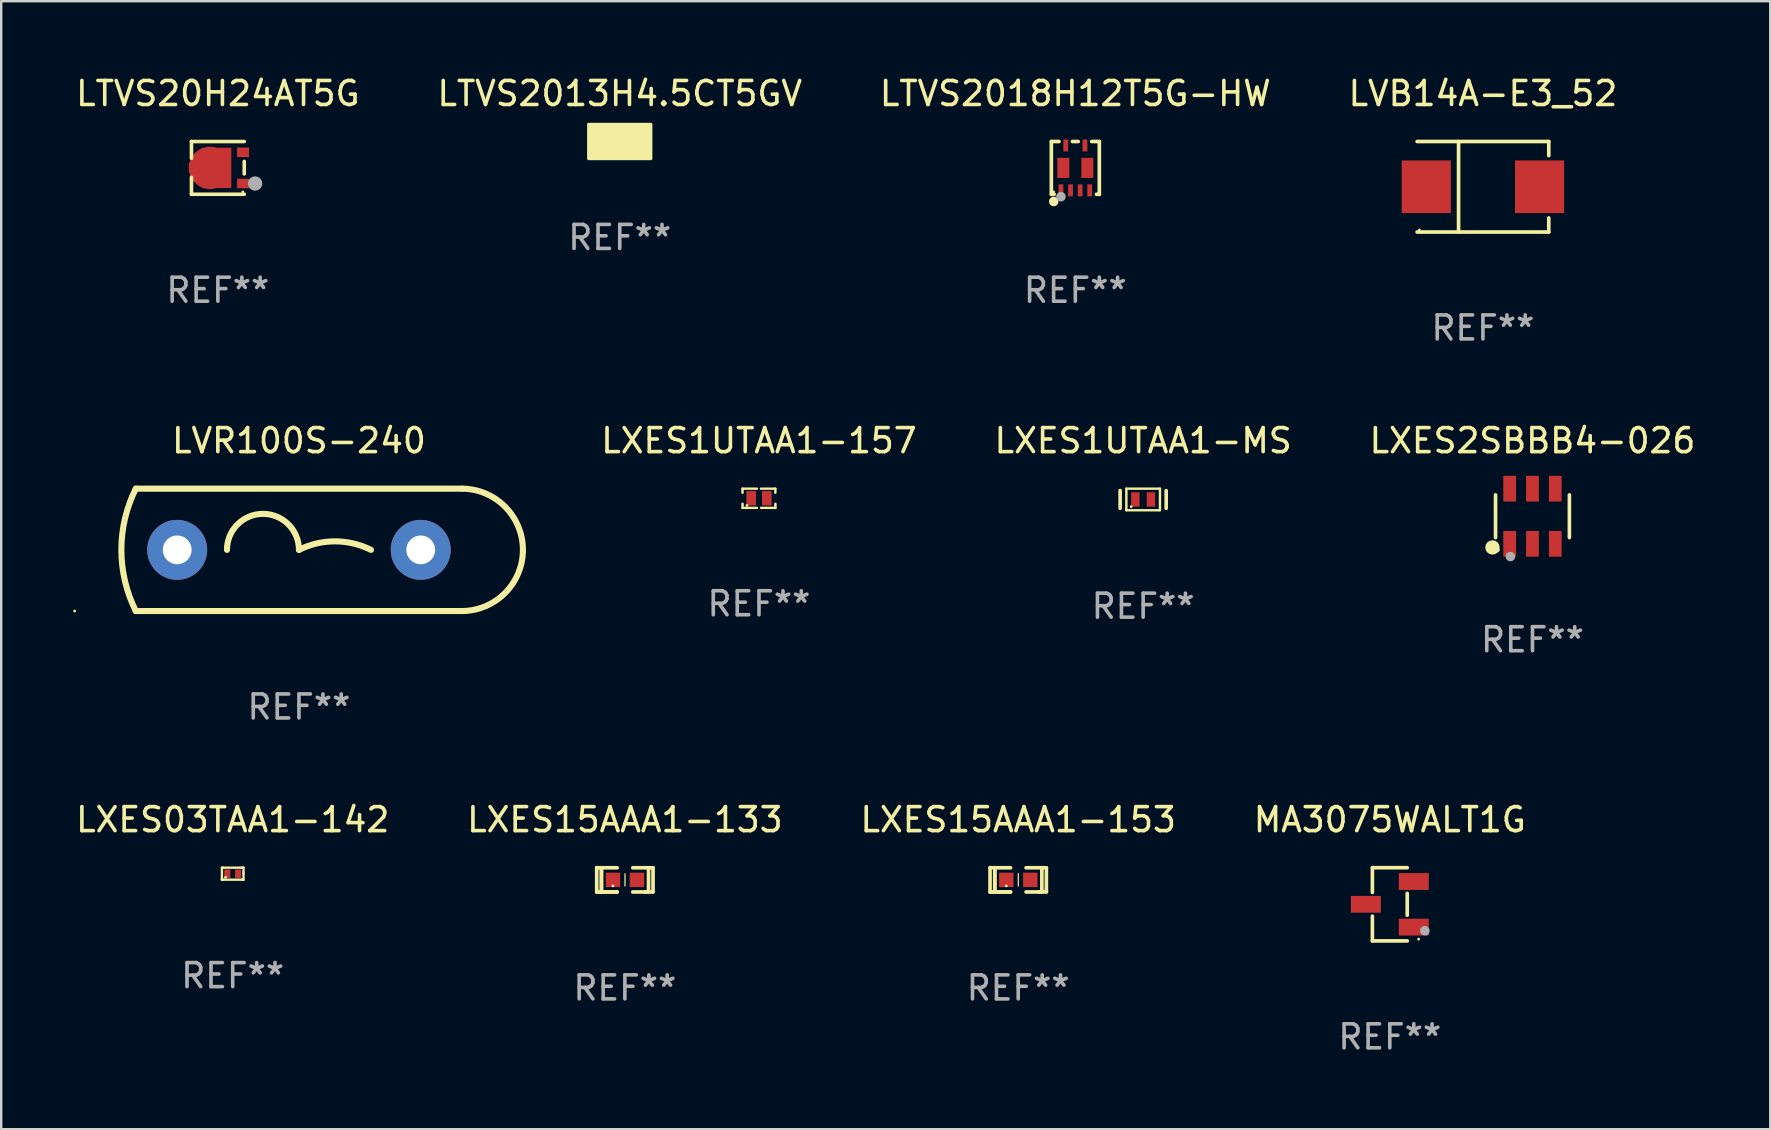
<source format=kicad_pcb>
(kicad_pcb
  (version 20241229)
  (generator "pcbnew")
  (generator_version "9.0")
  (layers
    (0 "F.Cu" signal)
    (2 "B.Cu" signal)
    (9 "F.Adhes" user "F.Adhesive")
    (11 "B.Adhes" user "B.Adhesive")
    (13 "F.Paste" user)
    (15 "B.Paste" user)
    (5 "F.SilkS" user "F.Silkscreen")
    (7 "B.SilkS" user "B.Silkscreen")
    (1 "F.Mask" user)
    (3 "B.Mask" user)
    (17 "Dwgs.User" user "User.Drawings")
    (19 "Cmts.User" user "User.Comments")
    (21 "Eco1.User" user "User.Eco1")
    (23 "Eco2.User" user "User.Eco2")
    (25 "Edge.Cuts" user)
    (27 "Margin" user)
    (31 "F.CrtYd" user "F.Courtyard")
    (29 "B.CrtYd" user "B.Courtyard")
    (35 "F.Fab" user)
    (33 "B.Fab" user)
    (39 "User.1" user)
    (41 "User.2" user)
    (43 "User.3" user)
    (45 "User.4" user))
  (footprint "LTVS20H24AT5G"
    (layer "F.Cu")
    (at 6.03 3.948)
    (property "Reference" "LTVS20H24AT5G" (at 0 -3.1 0) (layer "F.SilkS") (effects (font (size 1 1) (thickness 0.15))))
    (attr through_hole)
    (fp_line (start -1.1 -1.1) (end -1.1 -0.4) (stroke (width 0.15) (type solid)) (layer "F.SilkS"))
    (fp_line (start -1.1 -1.1) (end 1.1 -1.1) (stroke (width 0.15) (type solid)) (layer "F.SilkS"))
    (fp_line (start -1.1 1.1) (end -1.1 0.39) (stroke (width 0.15) (type solid)) (layer "F.SilkS"))
    (fp_line (start 1.1 -0.27) (end 1.1 0.25) (stroke (width 0.15) (type solid)) (layer "F.SilkS"))
    (fp_line (start 1.1 1.1) (end -1.1 1.1) (stroke (width 0.15) (type solid)) (layer "F.SilkS"))
    (fp_circle (center 1.042 1) (end 1.072 1) (stroke (width 0.06) (type solid)) (fill no) (layer "F.SilkS"))
    (fp_circle (center 1.552 0.65) (end 1.703 0.65) (stroke (width 0.3) (type solid)) (fill no) (layer "F.Fab"))
    (fp_text user "REF**" (at 0 5.1 0) (layer "F.Fab") (effects (font (size 1 1) (thickness 0.15))))
    (pad "1" smd rect (at 1.05 0.65) (size 0.5 0.4) (layers "F.Cu" "F.Mask" "F.Paste"))
    (pad "2" smd rect (at 1.05 -0.65) (size 0.5 0.4) (layers "F.Cu" "F.Mask" "F.Paste"))
    (pad "3" smd custom (at -0.325 0) (size 1.77 1.68) (layers "F.Cu" "F.Mask" "F.Paste") (options (anchor circle)) (primitives (gr_poly (pts (xy -0.885 -0.21) (xy -0.345 -0.21) (xy -0.345 -0.84) (xy 0.885 -0.84) (xy 0.885 0.84) (xy -0.345 0.84) (xy -0.345 0.2) (xy -0.885 0.2) (xy -0.885 -0.21)) (width 0) (fill yes)))))
  (footprint "LXES2SBBB4-026"
    (layer "F.Cu")
    (at 60.821 18.466)
    (property "Reference" "LXES2SBBB4-026" (at 0 -3.149 0) (layer "F.SilkS") (effects (font (size 1 1) (thickness 0.15))))
    (attr through_hole)
    (fp_line (start -1.539 0.889) (end -1.539 -0.889) (stroke (width 0.152) (type solid)) (layer "F.SilkS"))
    (fp_line (start 1.539 0.889) (end 1.539 -0.889) (stroke (width 0.152) (type solid)) (layer "F.SilkS"))
    (fp_circle (center -1.668 1.301) (end -1.518 1.301) (stroke (width 0.3) (type solid)) (fill no) (layer "F.SilkS"))
    (fp_circle (center -1.463 1.4) (end -1.413 1.4) (stroke (width 0.1) (type solid)) (fill no) (layer "F.SilkS"))
    (fp_circle (center -0.92 1.68) (end -0.82 1.68) (stroke (width 0.2) (type solid)) (fill no) (layer "F.Fab"))
    (fp_text user "REF**" (at 0 5.149 0) (layer "F.Fab") (effects (font (size 1 1) (thickness 0.15))))
    (pad "1" smd rect (at -0.95 1.149) (size 0.532 1.072) (layers "F.Cu" "F.Mask" "F.Paste"))
    (pad "2" smd rect (at 0 1.149) (size 0.532 1.072) (layers "F.Cu" "F.Mask" "F.Paste"))
    (pad "3" smd rect (at 0.95 1.149) (size 0.532 1.072) (layers "F.Cu" "F.Mask" "F.Paste"))
    (pad "4" smd rect (at 0.95 -1.149) (size 0.532 1.072) (layers "F.Cu" "F.Mask" "F.Paste"))
    (pad "5" smd rect (at 0 -1.149) (size 0.532 1.072) (layers "F.Cu" "F.Mask" "F.Paste"))
    (pad "6" smd rect (at -0.95 -1.149) (size 0.532 1.072) (layers "F.Cu" "F.Mask" "F.Paste")))
  (footprint "LTVS2013H4.5CT5GV"
    (layer "F.Cu")
    (at 22.78 2.848)
    (property "Reference" "LTVS2013H4.5CT5GV" (at 0 -2 0) (layer "F.SilkS") (effects (font (size 1 1) (thickness 0.15))))
    (attr through_hole)
    (fp_circle (center -1 -0.65) (end -0.97 -0.65) (stroke (width 0.06) (type solid)) (fill no) (layer "F.SilkS"))
    (fp_poly (pts (xy -1.3 -0.72) (xy 1.3 -0.72) (xy 1.3 0.72) (xy -1.3 0.72)) (stroke (width 0.12) (type solid)) (fill yes) (layer "F.SilkS"))
    (fp_text user "REF**" (at 0 4 0) (layer "F.Fab") (effects (font (size 1 1) (thickness 0.15))))
    (pad "1" smd rect (at -0.775 0) (size 0.7 1.1) (layers "F.Cu" "F.Mask" "F.Paste"))
    (pad "2" smd rect (at 0.775 0) (size 0.7 1.1) (layers "F.Cu" "F.Mask" "F.Paste")))
  (footprint "LXES03TAA1-142"
    (layer "F.Cu")
    (at 6.649 33.364)
    (property "Reference" "LXES03TAA1-142" (at 0 -2.25 0) (layer "F.SilkS") (effects (font (size 1 1) (thickness 0.15))))
    (attr through_hole)
    (fp_line (start -0.45 -0.25) (end -0.45 0.25) (stroke (width 0.1) (type solid)) (layer "F.SilkS"))
    (fp_line (start -0.45 0.25) (end -0.45 0.25) (stroke (width 0.1) (type solid)) (layer "F.SilkS"))
    (fp_line (start -0.4 -0.25) (end -0.45 -0.25) (stroke (width 0.1) (type solid)) (layer "F.SilkS"))
    (fp_line (start -0.4 -0.25) (end 0.4 -0.25) (stroke (width 0.1) (type solid)) (layer "F.SilkS"))
    (fp_line (start -0.4 0.25) (end -0.45 0.25) (stroke (width 0.1) (type solid)) (layer "F.SilkS"))
    (fp_line (start -0.4 0.25) (end 0.4 0.25) (stroke (width 0.1) (type solid)) (layer "F.SilkS"))
    (fp_line (start 0.4 -0.25) (end 0.45 -0.25) (stroke (width 0.1) (type solid)) (layer "F.SilkS"))
    (fp_line (start 0.4 0.25) (end 0.4 0.25) (stroke (width 0.1) (type solid)) (layer "F.SilkS"))
    (fp_line (start 0.45 -0.25) (end 0.45 -0.018) (stroke (width 0.1) (type solid)) (layer "F.SilkS"))
    (fp_line (start 0.45 -0.018) (end 0.45 0.25) (stroke (width 0.1) (type solid)) (layer "F.SilkS"))
    (fp_line (start 0.45 0.25) (end 0.4 0.25) (stroke (width 0.1) (type solid)) (layer "F.SilkS"))
    (fp_circle (center -0.3 0.15) (end -0.27 0.15) (stroke (width 0.06) (type solid)) (fill no) (layer "F.SilkS"))
    (fp_text user "REF**" (at 0 4.25 0) (layer "F.Fab") (effects (font (size 1 1) (thickness 0.15))))
    (pad "1" smd rect (at -0.225 0) (size 0.25 0.35) (layers "F.Cu" "F.Mask" "F.Paste"))
    (pad "2" smd rect (at 0.225 0) (size 0.25 0.35) (layers "F.Cu" "F.Mask" "F.Paste")))
  (footprint "LXES15AAA1-153"
    (layer "F.Cu")
    (at 39.387 33.62)
    (property "Reference" "LXES15AAA1-153" (at 0 -2.506 0) (layer "F.SilkS") (effects (font (size 1 1) (thickness 0.15))))
    (attr through_hole)
    (fp_line (start -1.174 -0.506) (end -0.977 -0.502) (stroke (width 0.152) (type solid)) (layer "F.SilkS"))
    (fp_line (start -1.174 0.506) (end -1.174 -0.506) (stroke (width 0.152) (type solid)) (layer "F.SilkS"))
    (fp_line (start -0.977 -0.502) (end -0.977 0.506) (stroke (width 0.152) (type solid)) (layer "F.SilkS"))
    (fp_line (start -0.977 -0.502) (end -0.977 0.506) (stroke (width 0.152) (type solid)) (layer "F.SilkS"))
    (fp_line (start -0.977 0.506) (end -1.166 0.506) (stroke (width 0.152) (type solid)) (layer "F.SilkS"))
    (fp_line (start -0.977 0.506) (end -0.32 0.506) (stroke (width 0.152) (type solid)) (layer "F.SilkS"))
    (fp_line (start -0.977 0.506) (end -0.32 0.506) (stroke (width 0.152) (type solid)) (layer "F.SilkS"))
    (fp_line (start -0.971 0.506) (end -1.174 0.506) (stroke (width 0.152) (type solid)) (layer "F.SilkS"))
    (fp_line (start -0.32 -0.502) (end -0.977 -0.502) (stroke (width 0.152) (type solid)) (layer "F.SilkS"))
    (fp_line (start 0.004 -0.252) (end 0.004 0.256) (stroke (width 0.051) (type solid)) (layer "F.SilkS"))
    (fp_line (start 0.328 0.506) (end 0.985 0.506) (stroke (width 0.152) (type solid)) (layer "F.SilkS"))
    (fp_line (start 0.985 -0.502) (end 0.328 -0.502) (stroke (width 0.152) (type solid)) (layer "F.SilkS"))
    (fp_line (start 0.985 -0.502) (end 1.174 -0.502) (stroke (width 0.152) (type solid)) (layer "F.SilkS"))
    (fp_line (start 0.985 0.506) (end 0.985 -0.502) (stroke (width 0.152) (type solid)) (layer "F.SilkS"))
    (fp_line (start 1.174 -0.502) (end 1.174 0.502) (stroke (width 0.152) (type solid)) (layer "F.SilkS"))
    (fp_line (start 1.174 0.502) (end 0.851 0.502) (stroke (width 0.152) (type solid)) (layer "F.SilkS"))
    (fp_circle (center -0.497 0.253) (end -0.467 0.253) (stroke (width 0.06) (type solid)) (fill no) (layer "F.SilkS"))
    (fp_text user "REF**" (at 0 4.506 0) (layer "F.Fab") (effects (font (size 1 1) (thickness 0.15))))
    (pad "1" smd rect (at -0.496 0.002) (size 0.6 0.6) (layers "F.Cu" "F.Mask" "F.Paste"))
    (pad "2" smd rect (at 0.504 0.002) (size 0.6 0.6) (layers "F.Cu" "F.Mask" "F.Paste")))
  (footprint "LVR100S-240"
    (layer "F.Cu")
    (at 9.41 19.867)
    (property "Reference" "LVR100S-240" (at 0 -4.55 0) (layer "F.SilkS") (effects (font (size 1 1) (thickness 0.15))))
    (attr through_hole)
    (fp_line (start -6.8 -2.55) (end 6.8 -2.55) (stroke (width 0.254) (type solid)) (layer "F.SilkS"))
    (fp_line (start 6.8 2.55) (end -6.8 2.55) (stroke (width 0.254) (type solid)) (layer "F.SilkS"))
    (fp_arc (start -6.799352 2.550191) (mid -7.40152 0.000162) (end -6.79986 -2.549987) (stroke (width 0.254001) (type solid)) (layer "F.SilkS"))
    (fp_arc (start -2.999835 0.000203) (mid -1.499924 -1.499797) (end 0.000165 0.000025) (stroke (width 0.254001) (type solid)) (layer "F.SilkS"))
    (fp_arc (start -0.000089 0.000025) (mid 1.499887 -0.354211) (end 2.999911 -0.000178) (stroke (width 0.254001) (type solid)) (layer "F.SilkS"))
    (fp_arc (start 6.799835 -2.550139) (mid 9.349898 -0.000088) (end 6.79986 2.549987) (stroke (width 0.254001) (type solid)) (layer "F.SilkS"))
    (fp_circle (center -9.35 2.55) (end -9.32 2.55) (stroke (width 0.06) (type solid)) (fill no) (layer "F.SilkS"))
    (fp_text user "REF**" (at 0 6.55 0) (layer "F.Fab") (effects (font (size 1 1) (thickness 0.15))))
    (pad "1" thru_hole circle (at -5.075 0.000025) (size 2.5 2.5) (drill 1.2) (layers "*.Cu" "*.Mask"))
    (pad "2" thru_hole circle (at 5.075 0.000025) (size 2.5 2.5) (drill 1.2) (layers "*.Cu" "*.Mask")))
  (footprint "LXES15AAA1-133"
    (layer "F.Cu")
    (at 22.994 33.62)
    (property "Reference" "LXES15AAA1-133" (at 0 -2.506 0) (layer "F.SilkS") (effects (font (size 1 1) (thickness 0.15))))
    (attr through_hole)
    (fp_line (start -1.174 -0.506) (end -0.977 -0.502) (stroke (width 0.152) (type solid)) (layer "F.SilkS"))
    (fp_line (start -1.174 0.506) (end -1.174 -0.506) (stroke (width 0.152) (type solid)) (layer "F.SilkS"))
    (fp_line (start -0.977 -0.502) (end -0.977 0.506) (stroke (width 0.152) (type solid)) (layer "F.SilkS"))
    (fp_line (start -0.977 -0.502) (end -0.977 0.506) (stroke (width 0.152) (type solid)) (layer "F.SilkS"))
    (fp_line (start -0.977 0.506) (end -1.166 0.506) (stroke (width 0.152) (type solid)) (layer "F.SilkS"))
    (fp_line (start -0.977 0.506) (end -0.32 0.506) (stroke (width 0.152) (type solid)) (layer "F.SilkS"))
    (fp_line (start -0.977 0.506) (end -0.32 0.506) (stroke (width 0.152) (type solid)) (layer "F.SilkS"))
    (fp_line (start -0.971 0.506) (end -1.174 0.506) (stroke (width 0.152) (type solid)) (layer "F.SilkS"))
    (fp_line (start -0.32 -0.502) (end -0.977 -0.502) (stroke (width 0.152) (type solid)) (layer "F.SilkS"))
    (fp_line (start 0.004 -0.252) (end 0.004 0.256) (stroke (width 0.051) (type solid)) (layer "F.SilkS"))
    (fp_line (start 0.328 0.506) (end 0.985 0.506) (stroke (width 0.152) (type solid)) (layer "F.SilkS"))
    (fp_line (start 0.985 -0.502) (end 0.328 -0.502) (stroke (width 0.152) (type solid)) (layer "F.SilkS"))
    (fp_line (start 0.985 -0.502) (end 1.174 -0.502) (stroke (width 0.152) (type solid)) (layer "F.SilkS"))
    (fp_line (start 0.985 0.506) (end 0.985 -0.502) (stroke (width 0.152) (type solid)) (layer "F.SilkS"))
    (fp_line (start 1.174 -0.502) (end 1.174 0.502) (stroke (width 0.152) (type solid)) (layer "F.SilkS"))
    (fp_line (start 1.174 0.502) (end 0.851 0.502) (stroke (width 0.152) (type solid)) (layer "F.SilkS"))
    (fp_circle (center -0.497 0.253) (end -0.467 0.253) (stroke (width 0.06) (type solid)) (fill no) (layer "F.SilkS"))
    (fp_text user "REF**" (at 0 4.506 0) (layer "F.Fab") (effects (font (size 1 1) (thickness 0.15))))
    (pad "1" smd rect (at -0.496 0.002) (size 0.6 0.6) (layers "F.Cu" "F.Mask" "F.Paste"))
    (pad "2" smd rect (at 0.504 0.002) (size 0.6 0.6) (layers "F.Cu" "F.Mask" "F.Paste")))
  (footprint "MA3075WALT1G"
    (layer "F.Cu")
    (at 54.875 34.64)
    (property "Reference" "MA3075WALT1G" (at 0 -3.526 0) (layer "F.SilkS") (effects (font (size 1 1) (thickness 0.15))))
    (attr through_hole)
    (fp_line (start -0.726 -1.526) (end -0.726 -0.495) (stroke (width 0.152) (type solid)) (layer "F.SilkS"))
    (fp_line (start -0.726 1.526) (end -0.726 0.495) (stroke (width 0.152) (type solid)) (layer "F.SilkS"))
    (fp_line (start 0.726 -1.526) (end -0.726 -1.526) (stroke (width 0.152) (type solid)) (layer "F.SilkS"))
    (fp_line (start 0.726 -0.455) (end 0.726 0.455) (stroke (width 0.152) (type solid)) (layer "F.SilkS"))
    (fp_line (start 0.726 1.526) (end -0.726 1.526) (stroke (width 0.152) (type solid)) (layer "F.SilkS"))
    (fp_circle (center 1.2 1.45) (end 1.23 1.45) (stroke (width 0.06) (type solid)) (fill no) (layer "F.SilkS"))
    (fp_circle (center 1.46 1.1) (end 1.56 1.1) (stroke (width 0.2) (type solid)) (fill no) (layer "F.Fab"))
    (fp_text user "REF**" (at 0 5.526 0) (layer "F.Fab") (effects (font (size 1 1) (thickness 0.15))))
    (pad "1" smd rect (at 1 0.95) (size 1.25 0.7) (layers "F.Cu" "F.Mask" "F.Paste"))
    (pad "2" smd rect (at 1 -0.95) (size 1.25 0.7) (layers "F.Cu" "F.Mask" "F.Paste"))
    (pad "3" smd rect (at -1 0) (size 1.25 0.7) (layers "F.Cu" "F.Mask" "F.Paste")))
  (footprint "LXES1UTAA1-MS"
    (layer "F.Cu")
    (at 44.595 17.767)
    (property "Reference" "LXES1UTAA1-MS" (at 0 -2.45 0) (layer "F.SilkS") (effects (font (size 1 1) (thickness 0.15))))
    (attr through_hole)
    (fp_line (start -0.96 0.37) (end -0.96 -0.37) (stroke (width 0.15) (type solid)) (layer "F.SilkS"))
    (fp_line (start -0.7 -0.45) (end -0.7 0.45) (stroke (width 0.1) (type solid)) (layer "F.SilkS"))
    (fp_line (start -0.7 -0.45) (end 0.7 -0.45) (stroke (width 0.1) (type solid)) (layer "F.SilkS"))
    (fp_line (start -0.7 0.45) (end 0.69 0.45) (stroke (width 0.1) (type solid)) (layer "F.SilkS"))
    (fp_line (start 0.7 -0.45) (end 0.7 0.45) (stroke (width 0.1) (type solid)) (layer "F.SilkS"))
    (fp_line (start 0.96 -0.37) (end 0.96 0.37) (stroke (width 0.15) (type solid)) (layer "F.SilkS"))
    (fp_circle (center -0.5 0.3) (end -0.47 0.3) (stroke (width 0.06) (type solid)) (fill no) (layer "F.SilkS"))
    (fp_text user "REF**" (at 0 4.45 0) (layer "F.Fab") (effects (font (size 1 1) (thickness 0.15))))
    (pad "1" smd rect (at -0.325 -0.000025 90) (size 0.6 0.35) (layers "F.Cu" "F.Mask" "F.Paste"))
    (pad "2" smd rect (at 0.325 -0.000025 90) (size 0.6 0.35) (layers "F.Cu" "F.Mask" "F.Paste")))
  (footprint "LVB14A-E3_52"
    (layer "F.Cu")
    (at 58.756 4.734)
    (property "Reference" "LVB14A-E3_52" (at 0 -3.886 0) (layer "F.SilkS") (effects (font (size 1 1) (thickness 0.15))))
    (attr through_hole)
    (fp_line (start -2.744 -1.886) (end 2.744 -1.886) (stroke (width 0.152) (type solid)) (layer "F.SilkS"))
    (fp_line (start -2.744 1.886) (end 2.744 1.886) (stroke (width 0.152) (type solid)) (layer "F.SilkS"))
    (fp_line (start -1.016 -1.886) (end -1.016 1.886) (stroke (width 0.152) (type solid)) (layer "F.SilkS"))
    (fp_line (start 2.744 -1.886) (end 2.744 -1.299) (stroke (width 0.152) (type solid)) (layer "F.SilkS"))
    (fp_line (start 2.744 1.886) (end 2.744 1.299) (stroke (width 0.152) (type solid)) (layer "F.SilkS"))
    (fp_circle (center -2.65 1.8) (end -2.62 1.8) (stroke (width 0.06) (type solid)) (fill no) (layer "F.SilkS"))
    (fp_text user "REF**" (at 0 5.886 0) (layer "F.Fab") (effects (font (size 1 1) (thickness 0.15))))
    (pad "1" smd rect (at -2.361 0) (size 2.047 2.192) (layers "F.Cu" "F.Mask" "F.Paste"))
    (pad "2" smd rect (at 2.361 0) (size 2.047 2.192) (layers "F.Cu" "F.Mask" "F.Paste")))
  (footprint "LXES1UTAA1-157"
    (layer "F.Cu")
    (at 28.583 17.717)
    (property "Reference" "LXES1UTAA1-157" (at 0 -2.4 0) (layer "F.SilkS") (effects (font (size 1 1) (thickness 0.15))))
    (attr through_hole)
    (fp_line (start -0.685 -0.4) (end -0.685 -0.23) (stroke (width 0.102) (type solid)) (layer "F.SilkS"))
    (fp_line (start -0.685 0.4) (end -0.685 0.23) (stroke (width 0.102) (type solid)) (layer "F.SilkS"))
    (fp_line (start -0.085 -0.4) (end -0.685 -0.4) (stroke (width 0.102) (type solid)) (layer "F.SilkS"))
    (fp_line (start -0.085 0.4) (end -0.685 0.4) (stroke (width 0.102) (type solid)) (layer "F.SilkS"))
    (fp_line (start 0.082 -0.4) (end 0.682 -0.4) (stroke (width 0.102) (type solid)) (layer "F.SilkS"))
    (fp_line (start 0.085 0.4) (end 0.685 0.4) (stroke (width 0.102) (type solid)) (layer "F.SilkS"))
    (fp_line (start 0.682 -0.4) (end 0.682 -0.23) (stroke (width 0.102) (type solid)) (layer "F.SilkS"))
    (fp_line (start 0.685 0.4) (end 0.685 0.23) (stroke (width 0.102) (type solid)) (layer "F.SilkS"))
    (fp_circle (center -0.5 0.3) (end -0.47 0.3) (stroke (width 0.06) (type solid)) (fill no) (layer "F.SilkS"))
    (fp_text user "REF**" (at 0 4.4 0) (layer "F.Fab") (effects (font (size 1 1) (thickness 0.15))))
    (pad "1" smd rect (at -0.325 0) (size 0.4 0.6) (layers "F.Cu" "F.Mask" "F.Paste"))
    (pad "2" smd rect (at 0.325 0) (size 0.4 0.6) (layers "F.Cu" "F.Mask" "F.Paste")))
  (footprint "LTVS2018H12T5G-HW"
    (layer "F.Cu")
    (at 41.768 3.948)
    (property "Reference" "LTVS2018H12T5G-HW" (at 0 -3.1 0) (layer "F.SilkS") (effects (font (size 1 1) (thickness 0.15))))
    (attr through_hole)
    (fp_line (start -1 -1.1) (end -1 1.1) (stroke (width 0.152) (type solid)) (layer "F.SilkS"))
    (fp_line (start -1 1.1) (end -0.88 1.1) (stroke (width 0.152) (type solid)) (layer "F.SilkS"))
    (fp_line (start -0.68 -1.1) (end -1 -1.1) (stroke (width 0.152) (type solid)) (layer "F.SilkS"))
    (fp_line (start 0.12 -1.1) (end -0.12 -1.1) (stroke (width 0.152) (type solid)) (layer "F.SilkS"))
    (fp_line (start 0.88 1.1) (end 1 1.1) (stroke (width 0.152) (type solid)) (layer "F.SilkS"))
    (fp_line (start 1 -1.1) (end 0.68 -1.1) (stroke (width 0.152) (type solid)) (layer "F.SilkS"))
    (fp_line (start 1 1.1) (end 1 -1.1) (stroke (width 0.152) (type solid)) (layer "F.SilkS"))
    (fp_circle (center -0.9 1) (end -0.87 1) (stroke (width 0.06) (type solid)) (fill no) (layer "F.SilkS"))
    (fp_circle (center -0.9 1.4) (end -0.8 1.4) (stroke (width 0.2) (type solid)) (fill no) (layer "F.SilkS"))
    (fp_circle (center -0.6 1.2) (end -0.5 1.2) (stroke (width 0.2) (type solid)) (fill no) (layer "F.Fab"))
    (fp_text user "REF**" (at 0 5.1 0) (layer "F.Fab") (effects (font (size 1 1) (thickness 0.15))))
    (pad "1" smd rect (at -0.6 0.935 90) (size 0.5 0.2) (layers "F.Cu" "F.Mask" "F.Paste"))
    (pad "2" smd rect (at -0.5 0 90) (size 0.84 0.5) (layers "F.Cu" "F.Mask" "F.Paste"))
    (pad "2" smd rect (at -0.4 -0.935 90) (size 0.5 0.2) (layers "F.Cu" "F.Mask" "F.Paste"))
    (pad "2" smd rect (at 0.4 -0.935 90) (size 0.5 0.2) (layers "F.Cu" "F.Mask" "F.Paste"))
    (pad "2" smd rect (at 0.5 0 90) (size 0.84 0.5) (layers "F.Cu" "F.Mask" "F.Paste"))
    (pad "3" smd rect (at -0.2 0.935 90) (size 0.5 0.2) (layers "F.Cu" "F.Mask" "F.Paste"))
    (pad "3" smd rect (at 0.2 0.935 90) (size 0.5 0.2) (layers "F.Cu" "F.Mask" "F.Paste"))
    (pad "3" smd rect (at 0.6 0.935 90) (size 0.5 0.2) (layers "F.Cu" "F.Mask" "F.Paste")))
  (gr_rect
    (start -3 -3)
    (end 70.732 44.014)
    (stroke (width 0.1) (type default))
    (fill no)
    (layer "Edge.Cuts")))
</source>
